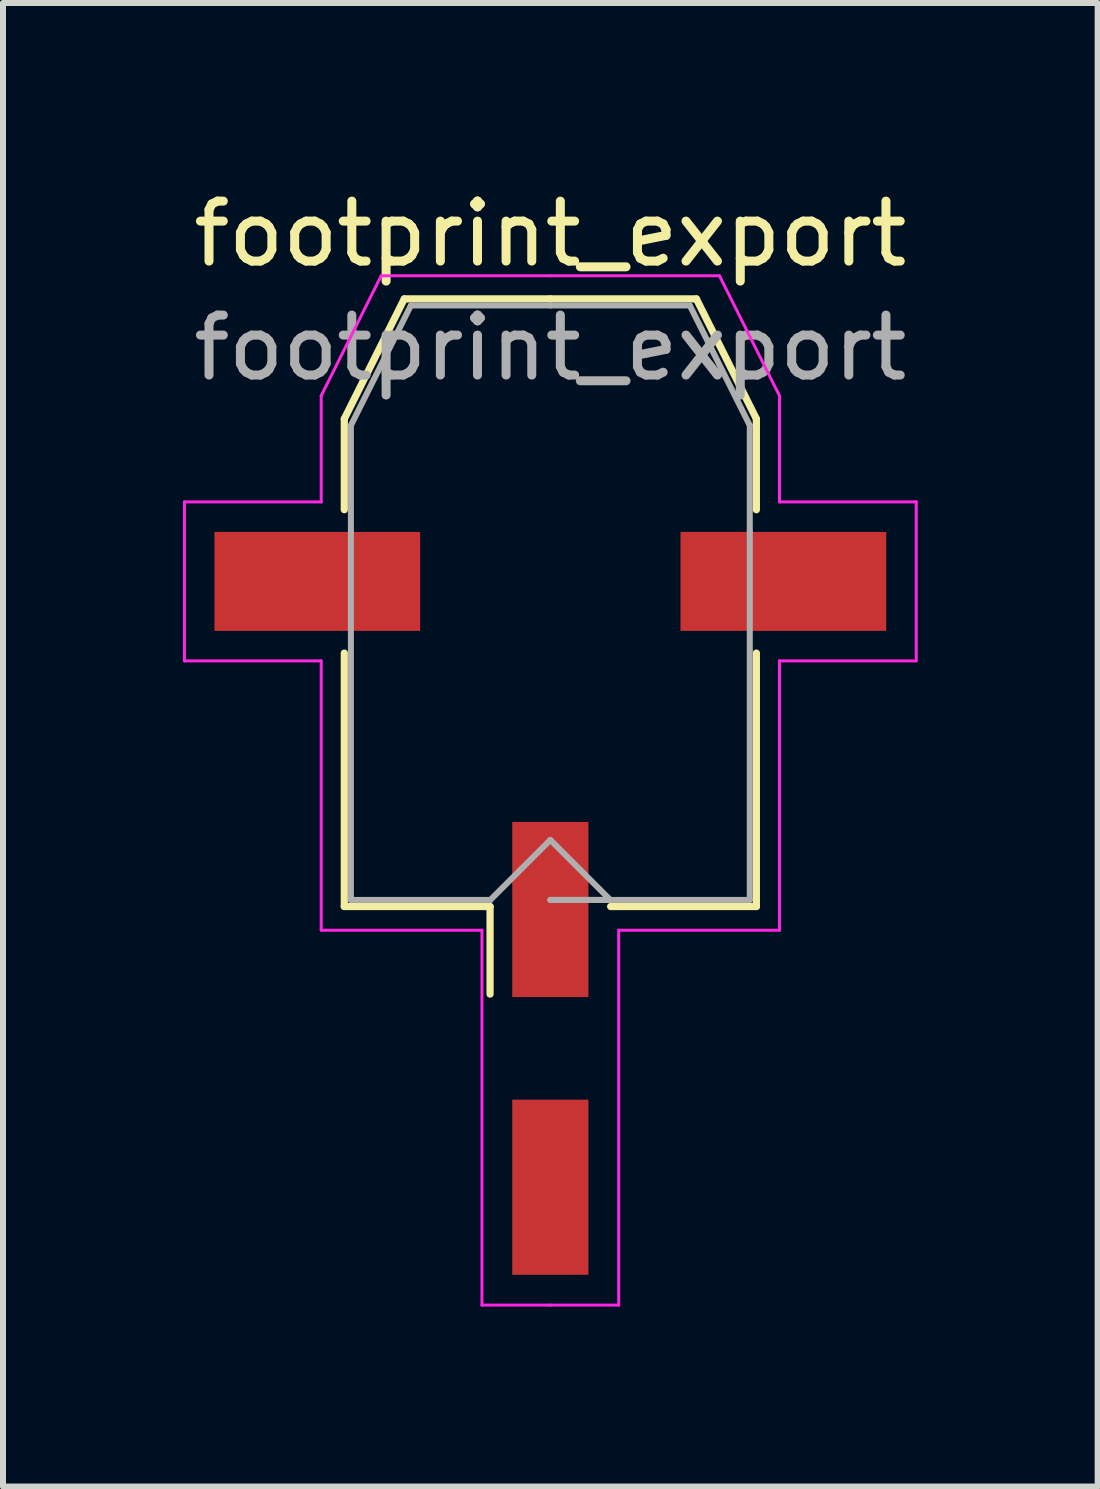
<source format=kicad_pcb>
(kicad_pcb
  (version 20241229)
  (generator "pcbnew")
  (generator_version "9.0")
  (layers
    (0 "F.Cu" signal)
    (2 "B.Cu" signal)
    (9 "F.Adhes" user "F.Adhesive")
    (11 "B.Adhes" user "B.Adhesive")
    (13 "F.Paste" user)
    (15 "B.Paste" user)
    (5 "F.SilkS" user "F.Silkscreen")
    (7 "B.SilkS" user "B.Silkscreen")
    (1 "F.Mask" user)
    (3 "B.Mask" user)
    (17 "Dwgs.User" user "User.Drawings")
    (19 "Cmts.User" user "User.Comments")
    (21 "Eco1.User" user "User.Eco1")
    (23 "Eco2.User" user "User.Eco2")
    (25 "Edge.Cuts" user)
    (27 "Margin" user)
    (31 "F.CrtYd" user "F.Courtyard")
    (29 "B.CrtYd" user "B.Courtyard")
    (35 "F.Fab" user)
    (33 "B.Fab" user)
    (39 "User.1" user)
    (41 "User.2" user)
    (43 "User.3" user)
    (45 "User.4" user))
  (footprint "footprint_export"
    (layer "F.Cu")
    (at 6.125 14.428)
    (property "Reference" "footprint_export" (at 0 -13.58 0) (layer "F.SilkS") (effects (font (size 1 1) (thickness 0.15))))
    (attr smd)
    (fp_line (start -3.435 -10.495) (end -3.435 -8.98) (stroke (width 0.12) (type solid)) (layer "F.SilkS"))
    (fp_line (start -3.435 -6.59) (end -3.435 -2.365) (stroke (width 0.12) (type solid)) (layer "F.SilkS"))
    (fp_line (start -3.435 -2.365) (end -1.005 -2.365) (stroke (width 0.12) (type solid)) (layer "F.SilkS"))
    (fp_line (start -2.435 -12.495) (end -3.435 -10.495) (stroke (width 0.12) (type solid)) (layer "F.SilkS"))
    (fp_line (start -1.005 -2.365) (end -1.005 -0.905) (stroke (width 0.12) (type solid)) (layer "F.SilkS"))
    (fp_line (start 0 -12.495) (end -2.435 -12.495) (stroke (width 0.12) (type solid)) (layer "F.SilkS"))
    (fp_line (start 0 -12.495) (end 2.435 -12.495) (stroke (width 0.12) (type solid)) (layer "F.SilkS"))
    (fp_line (start 2.435 -12.495) (end 3.435 -10.495) (stroke (width 0.12) (type solid)) (layer "F.SilkS"))
    (fp_line (start 3.435 -10.495) (end 3.435 -8.98) (stroke (width 0.12) (type solid)) (layer "F.SilkS"))
    (fp_line (start 3.435 -6.59) (end 3.435 -2.365) (stroke (width 0.12) (type solid)) (layer "F.SilkS"))
    (fp_line (start 3.435 -2.365) (end 1.005 -2.365) (stroke (width 0.12) (type solid)) (layer "F.SilkS"))
    (fp_line (start -6.1 -9.11) (end -6.1 -6.46) (stroke (width 0.05) (type solid)) (layer "F.CrtYd"))
    (fp_line (start -6.1 -6.46) (end -3.82 -6.46) (stroke (width 0.05) (type solid)) (layer "F.CrtYd"))
    (fp_line (start -3.82 -10.88) (end -3.82 -9.11) (stroke (width 0.05) (type solid)) (layer "F.CrtYd"))
    (fp_line (start -3.82 -9.11) (end -6.1 -9.11) (stroke (width 0.05) (type solid)) (layer "F.CrtYd"))
    (fp_line (start -3.82 -6.46) (end -3.82 -1.97) (stroke (width 0.05) (type solid)) (layer "F.CrtYd"))
    (fp_line (start -3.82 -1.97) (end -1.14 -1.97) (stroke (width 0.05) (type solid)) (layer "F.CrtYd"))
    (fp_line (start -2.82 -12.88) (end -3.82 -10.88) (stroke (width 0.05) (type solid)) (layer "F.CrtYd"))
    (fp_line (start -1.14 -1.97) (end -1.14 4.28) (stroke (width 0.05) (type solid)) (layer "F.CrtYd"))
    (fp_line (start -1.14 4.28) (end 0 4.28) (stroke (width 0.05) (type solid)) (layer "F.CrtYd"))
    (fp_line (start 0 -12.88) (end -2.82 -12.88) (stroke (width 0.05) (type solid)) (layer "F.CrtYd"))
    (fp_line (start 0 -12.88) (end 2.82 -12.88) (stroke (width 0.05) (type solid)) (layer "F.CrtYd"))
    (fp_line (start 1.14 -1.97) (end 1.14 4.28) (stroke (width 0.05) (type solid)) (layer "F.CrtYd"))
    (fp_line (start 1.14 4.28) (end 0 4.28) (stroke (width 0.05) (type solid)) (layer "F.CrtYd"))
    (fp_line (start 2.82 -12.88) (end 3.82 -10.88) (stroke (width 0.05) (type solid)) (layer "F.CrtYd"))
    (fp_line (start 3.82 -10.88) (end 3.82 -9.11) (stroke (width 0.05) (type solid)) (layer "F.CrtYd"))
    (fp_line (start 3.82 -9.11) (end 6.1 -9.11) (stroke (width 0.05) (type solid)) (layer "F.CrtYd"))
    (fp_line (start 3.82 -6.46) (end 3.82 -1.97) (stroke (width 0.05) (type solid)) (layer "F.CrtYd"))
    (fp_line (start 3.82 -1.97) (end 1.14 -1.97) (stroke (width 0.05) (type solid)) (layer "F.CrtYd"))
    (fp_line (start 6.1 -9.11) (end 6.1 -6.46) (stroke (width 0.05) (type solid)) (layer "F.CrtYd"))
    (fp_line (start 6.1 -6.46) (end 3.82 -6.46) (stroke (width 0.05) (type solid)) (layer "F.CrtYd"))
    (fp_line (start -3.325 -10.385) (end -3.325 -8.61) (stroke (width 0.1) (type solid)) (layer "F.Fab"))
    (fp_line (start -3.325 -8.61) (end -3.325 -2.475) (stroke (width 0.1) (type solid)) (layer "F.Fab"))
    (fp_line (start -3.325 -2.475) (end -1 -2.475) (stroke (width 0.1) (type solid)) (layer "F.Fab"))
    (fp_line (start -2.325 -12.385) (end -3.325 -10.385) (stroke (width 0.1) (type solid)) (layer "F.Fab"))
    (fp_line (start -1 -2.475) (end 0 -3.475) (stroke (width 0.1) (type solid)) (layer "F.Fab"))
    (fp_line (start 0 -12.385) (end -2.325 -12.385) (stroke (width 0.1) (type solid)) (layer "F.Fab"))
    (fp_line (start 0 -12.385) (end 2.325 -12.385) (stroke (width 0.1) (type solid)) (layer "F.Fab"))
    (fp_line (start 0 -3.475) (end 1 -2.475) (stroke (width 0.1) (type solid)) (layer "F.Fab"))
    (fp_line (start 0.635 -2.475) (end 0 -2.475) (stroke (width 0.1) (type solid)) (layer "F.Fab"))
    (fp_line (start 1 -2.475) (end 0 -2.475) (stroke (width 0.1) (type solid)) (layer "F.Fab"))
    (fp_line (start 2.325 -12.385) (end 3.325 -10.385) (stroke (width 0.1) (type solid)) (layer "F.Fab"))
    (fp_line (start 3.325 -10.385) (end 3.325 -8.61) (stroke (width 0.1) (type solid)) (layer "F.Fab"))
    (fp_line (start 3.325 -8.61) (end 3.325 -2.475) (stroke (width 0.1) (type solid)) (layer "F.Fab"))
    (fp_line (start 3.325 -2.475) (end 0.635 -2.475) (stroke (width 0.1) (type solid)) (layer "F.Fab"))
    (fp_text user "${REFERENCE}" (at 0 -11.68 0) (layer "F.Fab") (effects (font (size 1 1) (thickness 0.15))))
    (pad "1" smd rect (at 0 -2.315) (size 1.27 2.92) (layers "F.Cu" "F.Mask" "F.Paste"))
    (pad "2" smd rect (at 0 2.315) (size 1.27 2.92) (layers "F.Cu" "F.Mask" "F.Paste"))
    (pad "MP" smd rect (at -3.885 -7.785) (size 3.43 1.65) (layers "F.Cu" "F.Mask" "F.Paste"))
    (pad "MP" smd rect (at 3.885 -7.785) (size 3.43 1.65) (layers "F.Cu" "F.Mask" "F.Paste")))
  (gr_rect
    (start -3 -3)
    (end 15.25 21.733)
    (stroke (width 0.1) (type default))
    (fill no)
    (layer "Edge.Cuts")))
</source>
